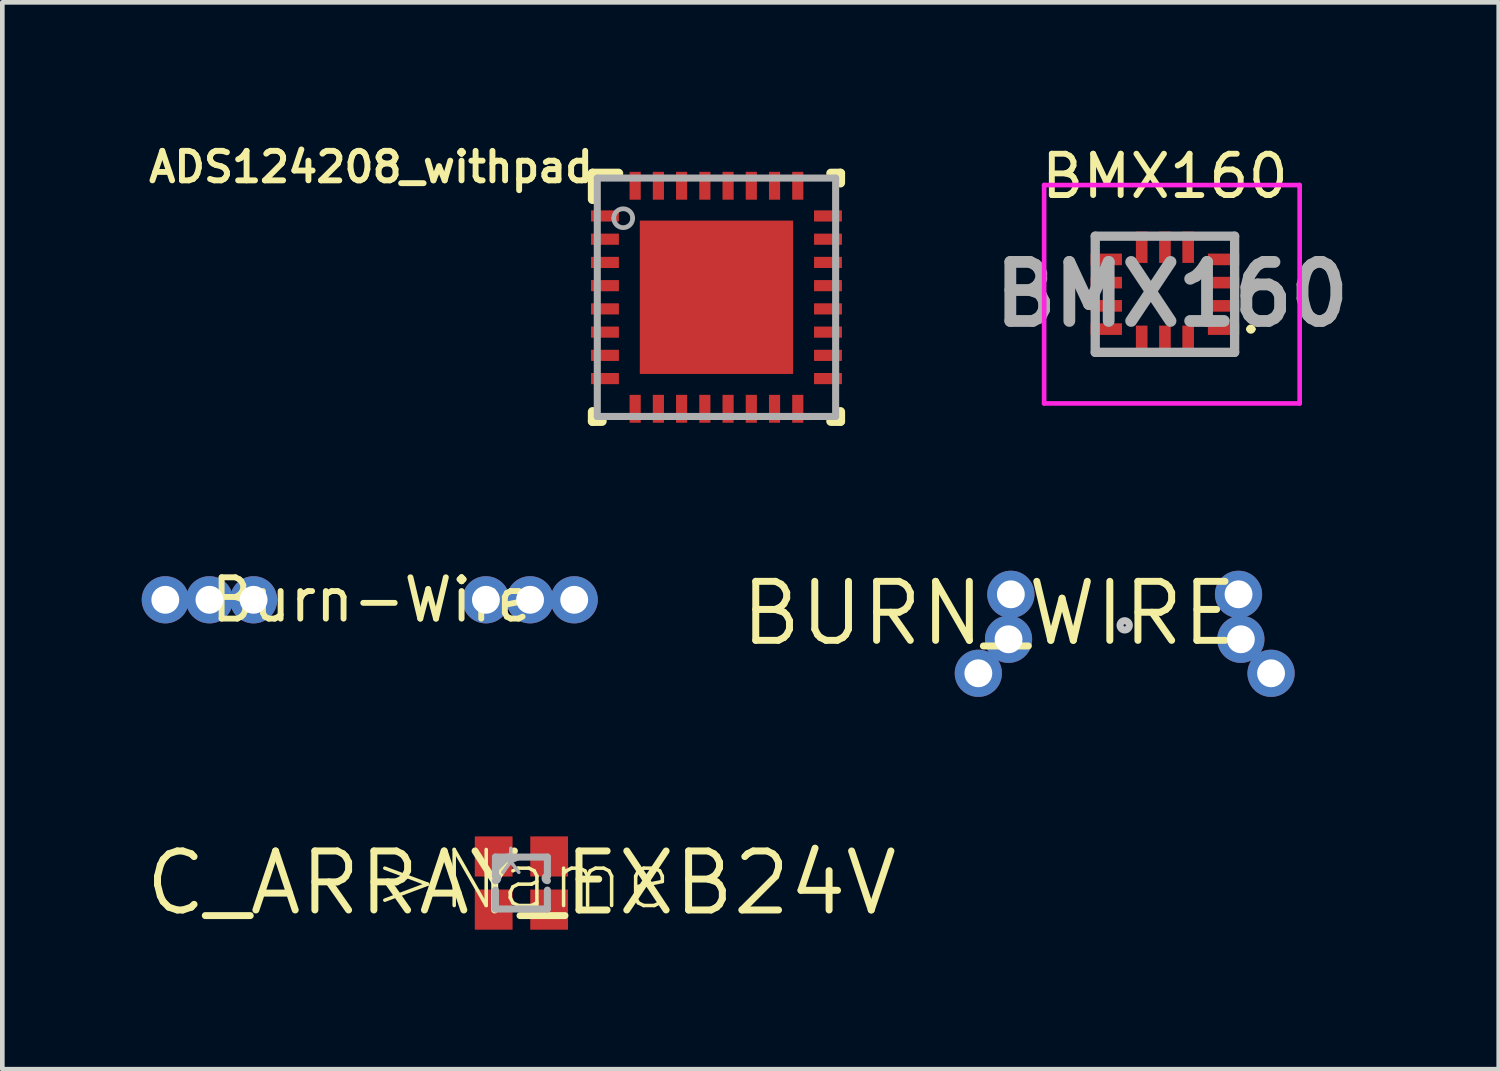
<source format=kicad_pcb>
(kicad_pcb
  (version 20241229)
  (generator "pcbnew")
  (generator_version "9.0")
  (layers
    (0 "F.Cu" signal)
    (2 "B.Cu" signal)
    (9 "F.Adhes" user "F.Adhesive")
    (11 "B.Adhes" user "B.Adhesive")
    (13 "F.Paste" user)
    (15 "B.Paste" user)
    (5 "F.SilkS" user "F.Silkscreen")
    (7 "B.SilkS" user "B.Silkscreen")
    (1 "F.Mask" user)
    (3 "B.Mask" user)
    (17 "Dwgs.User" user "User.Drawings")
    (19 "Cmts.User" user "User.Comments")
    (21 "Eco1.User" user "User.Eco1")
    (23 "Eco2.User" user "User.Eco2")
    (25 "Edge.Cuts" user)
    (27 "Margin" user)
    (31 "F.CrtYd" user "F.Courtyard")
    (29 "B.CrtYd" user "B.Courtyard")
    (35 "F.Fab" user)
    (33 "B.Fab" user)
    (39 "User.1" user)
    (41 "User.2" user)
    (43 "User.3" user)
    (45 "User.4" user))
  (footprint "BURN_WIRE"
    (layer "F.Cu")
    (at 23.656 9.409)
    (property "Reference" "BURN_WIRE" (at 0 0 0) (layer "F.SilkS") (effects (font (size 1.27 1.27) (thickness 0.15)) (justify right top)))
    (attr through_hole)
    (fp_circle (center -2.5 1) (end -2.4 1) (stroke (width 0.152) (type solid)) (fill no) (layer "Dwgs.User"))
    (pad "1" thru_hole circle (at -5.65 2.032 45) (size 1.016 1.016) (drill 0.6) (layers "*.Cu" "*.Mask"))
    (pad "1" thru_hole circle (at -5 1.3) (size 1.016 1.016) (drill 0.6) (layers "*.Cu" "*.Mask"))
    (pad "1" thru_hole circle (at -4.95 0.332 270) (size 1.016 1.016) (drill 0.6) (layers "*.Cu" "*.Mask"))
    (pad "2" thru_hole circle (at -0.05 0.332 270) (size 1.016 1.016) (drill 0.6) (layers "*.Cu" "*.Mask"))
    (pad "2" thru_hole circle (at 0 1.3 180) (size 1.016 1.016) (drill 0.6) (layers "*.Cu" "*.Mask"))
    (pad "2" thru_hole circle (at 0.65 2.032 135) (size 1.016 1.016) (drill 0.6) (layers "*.Cu" "*.Mask")))
  (footprint "C_ARRAY_EXB24V"
    (layer "F.Cu")
    (at 8.172 15.955)
    (property "Reference" "C_ARRAY_EXB24V" (at 0 0 0) (layer "F.SilkS") (effects (font (size 1.27 1.27) (thickness 0.15))))
    (attr through_hole)
    (fp_line (start -0.559 -0.559) (end 0.559 -0.559) (stroke (width 0.152) (type solid)) (layer "F.Fab"))
    (fp_line (start -0.559 -0.152) (end -0.559 -0.559) (stroke (width 0.152) (type solid)) (layer "F.Fab"))
    (fp_line (start -0.559 0.152) (end -0.559 0.559) (stroke (width 0.152) (type solid)) (layer "F.Fab"))
    (fp_line (start -0.559 0.559) (end 0.559 0.559) (stroke (width 0.152) (type solid)) (layer "F.Fab"))
    (fp_line (start -0.305 -0.559) (end -0.559 -0.305) (stroke (width 0.152) (type solid)) (layer "F.Fab"))
    (fp_line (start 0.559 -0.152) (end 0.559 -0.559) (stroke (width 0.152) (type solid)) (layer "F.Fab"))
    (fp_line (start 0.559 0.152) (end 0.559 0.559) (stroke (width 0.152) (type solid)) (layer "F.Fab"))
    (fp_arc (start -0.5588 -0.1524) (mid -0.508 -0.1016) (end -0.5588 -0.0508) (stroke (width 0.1524) (type solid)) (layer "F.Fab"))
    (fp_arc (start 0.5588 -0.0508) (mid 0.508 -0.1016) (end 0.5588 -0.1524) (stroke (width 0.1524) (type solid)) (layer "F.Fab"))
    (fp_text user ">Name" (at -3.277 0.635 0) (layer "F.SilkS") (effects (font (size 1.206 1.206) (thickness 0.076)) (justify left bottom)))
    (fp_text user "*" (at -0.737 0.61 0) (layer "F.Fab") (effects (font (size 1.206 1.206) (thickness 0.076)) (justify left bottom)))
    (pad "1" smd rect (at -0.597 -0.572) (size 0.813 0.864) (layers "F.Cu" "F.Mask" "F.Paste"))
    (pad "2" smd rect (at -0.597 0.572) (size 0.813 0.864) (layers "F.Cu" "F.Mask" "F.Paste"))
    (pad "3" smd rect (at 0.597 0.572) (size 0.813 0.864) (layers "F.Cu" "F.Mask" "F.Paste"))
    (pad "4" smd rect (at 0.597 -0.572) (size 0.813 0.864) (layers "F.Cu" "F.Mask" "F.Paste")))
  (footprint "ADS124208_withpad"
    (layer "F.Cu")
    (at 12.37 3.348)
    (property "Reference" "ADS124208_withpad" (at -2.591 -3.175 0) (layer "F.SilkS") (effects (font (size 0.635 0.635) (thickness 0.127)) (justify right top)))
    (attr through_hole)
    (fp_line (start -2.667 -2.667) (end -2.108 -2.667) (stroke (width 0.203) (type solid)) (layer "F.SilkS"))
    (fp_line (start -2.667 -2.108) (end -2.667 -2.667) (stroke (width 0.203) (type solid)) (layer "F.SilkS"))
    (fp_line (start -2.667 2.667) (end -2.667 2.464) (stroke (width 0.203) (type solid)) (layer "F.SilkS"))
    (fp_line (start -2.667 2.667) (end -2.464 2.667) (stroke (width 0.203) (type solid)) (layer "F.SilkS"))
    (fp_line (start 2.464 -2.667) (end 2.667 -2.667) (stroke (width 0.203) (type solid)) (layer "F.SilkS"))
    (fp_line (start 2.464 2.667) (end 2.667 2.667) (stroke (width 0.203) (type solid)) (layer "F.SilkS"))
    (fp_line (start 2.667 -2.464) (end 2.667 -2.667) (stroke (width 0.203) (type solid)) (layer "F.SilkS"))
    (fp_line (start 2.667 2.667) (end 2.667 2.464) (stroke (width 0.203) (type solid)) (layer "F.SilkS"))
    (fp_poly (pts (xy -1.529 -1.529) (xy -1.529 -0.1) (xy -0.1 -0.1) (xy -0.1 -1.529)) (stroke (width 0) (type solid)) (fill yes) (layer "F.Paste"))
    (fp_poly (pts (xy -0.1 1.529) (xy -0.1 0.1) (xy -1.529 0.1) (xy -1.529 1.529)) (stroke (width 0) (type solid)) (fill yes) (layer "F.Paste"))
    (fp_poly (pts (xy 0.1 -1.529) (xy 0.1 -0.1) (xy 1.529 -0.1) (xy 1.529 -1.529)) (stroke (width 0) (type solid)) (fill yes) (layer "F.Paste"))
    (fp_poly (pts (xy 1.5 1.536) (xy 1.5 0.107) (xy 0.1 0.1) (xy 0.1 1.529)) (stroke (width 0) (type solid)) (fill yes) (layer "F.Paste"))
    (fp_line (start -2.565 -2.565) (end 2.565 -2.565) (stroke (width 0.152) (type solid)) (layer "F.Fab"))
    (fp_line (start -2.565 2.565) (end -2.565 -2.565) (stroke (width 0.152) (type solid)) (layer "F.Fab"))
    (fp_line (start -2.565 2.565) (end 2.565 2.565) (stroke (width 0.152) (type solid)) (layer "F.Fab"))
    (fp_line (start 2.565 2.565) (end 2.565 -2.565) (stroke (width 0.152) (type solid)) (layer "F.Fab"))
    (fp_arc (start -2.2098 -1.7018) (mid -2.0066 -1.905) (end -1.8034 -1.7018) (stroke (width 0.1016) (type solid)) (layer "F.Fab"))
    (fp_arc (start -1.8034 -1.7018) (mid -2.0066 -1.4986) (end -2.2098 -1.7018) (stroke (width 0.1016) (type solid)) (layer "F.Fab"))
    (pad "1" smd rect (at -2.4 -1.75 270) (size 0.24 0.6) (layers "F.Cu" "F.Mask" "F.Paste"))
    (pad "2" smd rect (at -2.4 -1.25 270) (size 0.24 0.6) (layers "F.Cu" "F.Mask" "F.Paste"))
    (pad "3" smd rect (at -2.4 -0.75 270) (size 0.24 0.6) (layers "F.Cu" "F.Mask" "F.Paste"))
    (pad "4" smd rect (at -2.4 -0.25 270) (size 0.24 0.6) (layers "F.Cu" "F.Mask" "F.Paste"))
    (pad "5" smd rect (at -2.4 0.25 270) (size 0.24 0.6) (layers "F.Cu" "F.Mask" "F.Paste"))
    (pad "6" smd rect (at -2.4 0.75 270) (size 0.24 0.6) (layers "F.Cu" "F.Mask" "F.Paste"))
    (pad "7" smd rect (at -2.4 1.25 270) (size 0.24 0.6) (layers "F.Cu" "F.Mask" "F.Paste"))
    (pad "8" smd rect (at -2.4 1.75 270) (size 0.24 0.6) (layers "F.Cu" "F.Mask" "F.Paste"))
    (pad "9" smd rect (at -1.75 2.4) (size 0.24 0.6) (layers "F.Cu" "F.Mask" "F.Paste"))
    (pad "10" smd rect (at -1.25 2.4) (size 0.24 0.6) (layers "F.Cu" "F.Mask" "F.Paste"))
    (pad "11" smd rect (at -0.75 2.4) (size 0.24 0.6) (layers "F.Cu" "F.Mask" "F.Paste"))
    (pad "12" smd rect (at -0.25 2.4) (size 0.24 0.6) (layers "F.Cu" "F.Mask" "F.Paste"))
    (pad "13" smd rect (at 0.25 2.4) (size 0.24 0.6) (layers "F.Cu" "F.Mask" "F.Paste"))
    (pad "14" smd rect (at 0.75 2.4) (size 0.24 0.6) (layers "F.Cu" "F.Mask" "F.Paste"))
    (pad "15" smd rect (at 1.25 2.4) (size 0.24 0.6) (layers "F.Cu" "F.Mask" "F.Paste"))
    (pad "16" smd rect (at 1.75 2.4) (size 0.24 0.6) (layers "F.Cu" "F.Mask" "F.Paste"))
    (pad "17" smd rect (at 2.4 1.75 90) (size 0.24 0.6) (layers "F.Cu" "F.Mask" "F.Paste"))
    (pad "18" smd rect (at 2.4 1.25 90) (size 0.24 0.6) (layers "F.Cu" "F.Mask" "F.Paste"))
    (pad "19" smd rect (at 2.4 0.75 90) (size 0.24 0.6) (layers "F.Cu" "F.Mask" "F.Paste"))
    (pad "20" smd rect (at 2.4 0.25 90) (size 0.24 0.6) (layers "F.Cu" "F.Mask" "F.Paste"))
    (pad "21" smd rect (at 2.4 -0.25 90) (size 0.24 0.6) (layers "F.Cu" "F.Mask" "F.Paste"))
    (pad "22" smd rect (at 2.4 -0.75 90) (size 0.24 0.6) (layers "F.Cu" "F.Mask" "F.Paste"))
    (pad "23" smd rect (at 2.4 -1.25 90) (size 0.24 0.6) (layers "F.Cu" "F.Mask" "F.Paste"))
    (pad "24" smd rect (at 2.4 -1.75 90) (size 0.24 0.6) (layers "F.Cu" "F.Mask" "F.Paste"))
    (pad "25" smd rect (at 1.75 -2.4 180) (size 0.24 0.6) (layers "F.Cu" "F.Mask" "F.Paste"))
    (pad "26" smd rect (at 1.25 -2.4 180) (size 0.24 0.6) (layers "F.Cu" "F.Mask" "F.Paste"))
    (pad "27" smd rect (at 0.75 -2.4 180) (size 0.24 0.6) (layers "F.Cu" "F.Mask" "F.Paste"))
    (pad "28" smd rect (at 0.25 -2.4 180) (size 0.24 0.6) (layers "F.Cu" "F.Mask" "F.Paste"))
    (pad "29" smd rect (at -0.25 -2.4 180) (size 0.24 0.6) (layers "F.Cu" "F.Mask" "F.Paste"))
    (pad "30" smd rect (at -0.75 -2.4 180) (size 0.24 0.6) (layers "F.Cu" "F.Mask" "F.Paste"))
    (pad "31" smd rect (at -1.25 -2.4 180) (size 0.24 0.6) (layers "F.Cu" "F.Mask" "F.Paste"))
    (pad "32" smd rect (at -1.75 -2.4 180) (size 0.24 0.6) (layers "F.Cu" "F.Mask" "F.Paste"))
    (pad "33" smd rect (at 0 0 270) (size 3.3 3.3) (layers "F.Cu" "F.Mask" "F.Paste")))
  (footprint "Burn-Wire"
    (layer "F.Cu")
    (at 2.408 9.859)
    (property "Reference" "Burn-Wire" (at 2.55 0 0) (layer "F.SilkS") (effects (font (size 0.889 0.889) (thickness 0.127))))
    (attr through_hole)
    (pad "1" thru_hole circle (at -1.9 0) (size 1.016 1.016) (drill 0.6) (layers "*.Cu" "*.Mask"))
    (pad "1" thru_hole circle (at -0.95 0) (size 1.016 1.016) (drill 0.6) (layers "*.Cu" "*.Mask"))
    (pad "1" thru_hole circle (at 0 0) (size 1.016 1.016) (drill 0.6) (layers "*.Cu" "*.Mask"))
    (pad "2" thru_hole circle (at 5 0) (size 1.016 1.016) (drill 0.6) (layers "*.Cu" "*.Mask"))
    (pad "2" thru_hole circle (at 5.95 0) (size 1.016 1.016) (drill 0.6) (layers "*.Cu" "*.Mask"))
    (pad "2" thru_hole circle (at 6.9 0) (size 1.016 1.016) (drill 0.6) (layers "*.Cu" "*.Mask")))
  (footprint "BMX160"
    (layer "F.Cu")
    (at 22.022 3.283)
    (property "Reference" "BMX160" (at 0 -2.54 0) (layer "F.SilkS") (effects (font (size 0.889 0.889) (thickness 0.127))))
    (attr smd)
    (fp_line (start -1.5 1.25) (end -0.8 1.25) (stroke (width 0.1) (type solid)) (layer "F.SilkS"))
    (fp_line (start -0.8 -1.25) (end -1.5 -1.25) (stroke (width 0.1) (type solid)) (layer "F.SilkS"))
    (fp_line (start 0.8 -1.25) (end 1.5 -1.25) (stroke (width 0.1) (type solid)) (layer "F.SilkS"))
    (fp_line (start 0.8 1.25) (end 1.5 1.25) (stroke (width 0.1) (type solid)) (layer "F.SilkS"))
    (fp_line (start 1.8 0.75) (end 1.8 0.75) (stroke (width 0.1) (type solid)) (layer "F.SilkS"))
    (fp_line (start 1.9 0.75) (end 1.9 0.75) (stroke (width 0.1) (type solid)) (layer "F.SilkS"))
    (fp_arc (start 1.8 0.75) (mid 1.85 0.7) (end 1.9 0.75) (stroke (width 0.1) (type solid)) (layer "F.SilkS"))
    (fp_arc (start 1.9 0.75) (mid 1.85 0.8) (end 1.8 0.75) (stroke (width 0.1) (type solid)) (layer "F.SilkS"))
    (fp_line (start -2.6 -2.35) (end 2.9 -2.35) (stroke (width 0.1) (type solid)) (layer "F.CrtYd"))
    (fp_line (start -2.6 2.35) (end -2.6 -2.35) (stroke (width 0.1) (type solid)) (layer "F.CrtYd"))
    (fp_line (start 2.9 -2.35) (end 2.9 2.35) (stroke (width 0.1) (type solid)) (layer "F.CrtYd"))
    (fp_line (start 2.9 2.35) (end -2.6 2.35) (stroke (width 0.1) (type solid)) (layer "F.CrtYd"))
    (fp_line (start -1.5 -1.25) (end 1.5 -1.25) (stroke (width 0.2) (type solid)) (layer "F.Fab"))
    (fp_line (start -1.5 1.25) (end -1.5 -1.25) (stroke (width 0.2) (type solid)) (layer "F.Fab"))
    (fp_line (start 1.5 -1.25) (end 1.5 1.25) (stroke (width 0.2) (type solid)) (layer "F.Fab"))
    (fp_line (start 1.5 1.25) (end -1.5 1.25) (stroke (width 0.2) (type solid)) (layer "F.Fab"))
    (fp_text user "${REFERENCE}" (at 0.15 0 0) (layer "F.Fab") (effects (font (size 1.27 1.27) (thickness 0.254))))
    (pad "1" smd rect (at 1.262 0.75 90) (size 0.25 0.675) (layers "F.Cu" "F.Mask" "F.Paste"))
    (pad "2" smd rect (at 1.262 0.25 90) (size 0.25 0.675) (layers "F.Cu" "F.Mask" "F.Paste"))
    (pad "3" smd rect (at 1.262 -0.25 90) (size 0.25 0.675) (layers "F.Cu" "F.Mask" "F.Paste"))
    (pad "4" smd rect (at 1.262 -0.75 90) (size 0.25 0.675) (layers "F.Cu" "F.Mask" "F.Paste"))
    (pad "5" smd rect (at 0.5 -1.012) (size 0.25 0.675) (layers "F.Cu" "F.Mask" "F.Paste"))
    (pad "6" smd rect (at 0 -1.012) (size 0.25 0.675) (layers "F.Cu" "F.Mask" "F.Paste"))
    (pad "7" smd rect (at -0.5 -1.012) (size 0.25 0.675) (layers "F.Cu" "F.Mask" "F.Paste"))
    (pad "8" smd rect (at -1.262 -0.75 90) (size 0.25 0.675) (layers "F.Cu" "F.Mask" "F.Paste"))
    (pad "9" smd rect (at -1.262 -0.25 90) (size 0.25 0.675) (layers "F.Cu" "F.Mask" "F.Paste"))
    (pad "10" smd rect (at -1.262 0.25 90) (size 0.25 0.675) (layers "F.Cu" "F.Mask" "F.Paste"))
    (pad "11" smd rect (at -1.262 0.75 90) (size 0.25 0.675) (layers "F.Cu" "F.Mask" "F.Paste"))
    (pad "12" smd rect (at -0.5 1.012) (size 0.25 0.675) (layers "F.Cu" "F.Mask" "F.Paste"))
    (pad "13" smd rect (at 0 1.012) (size 0.25 0.675) (layers "F.Cu" "F.Mask" "F.Paste"))
    (pad "14" smd rect (at 0.5 1.012) (size 0.25 0.675) (layers "F.Cu" "F.Mask" "F.Paste")))
  (gr_rect
    (start -3 -3)
    (end 29.206 19.961)
    (stroke (width 0.1) (type default))
    (fill no)
    (layer "Edge.Cuts")))
</source>
